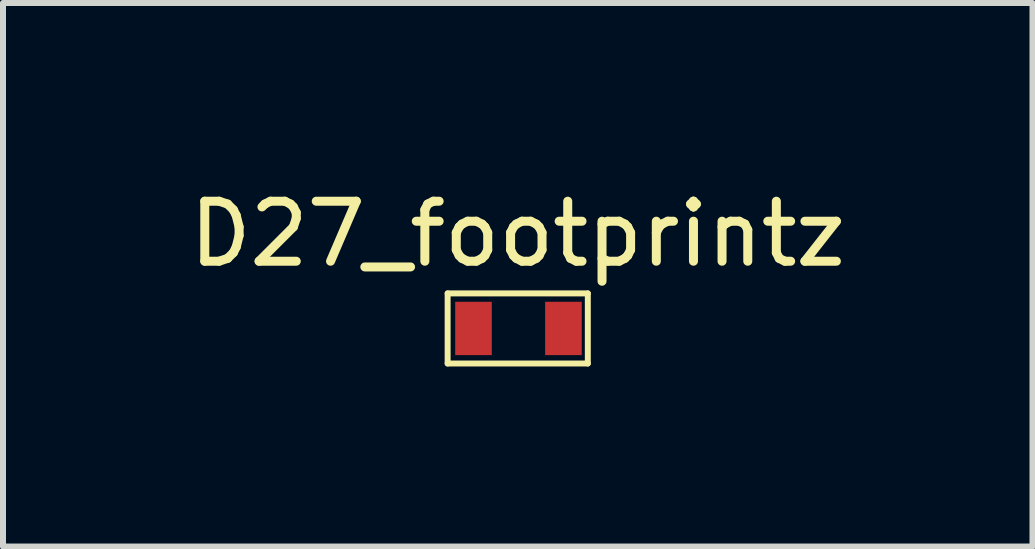
<source format=kicad_pcb>
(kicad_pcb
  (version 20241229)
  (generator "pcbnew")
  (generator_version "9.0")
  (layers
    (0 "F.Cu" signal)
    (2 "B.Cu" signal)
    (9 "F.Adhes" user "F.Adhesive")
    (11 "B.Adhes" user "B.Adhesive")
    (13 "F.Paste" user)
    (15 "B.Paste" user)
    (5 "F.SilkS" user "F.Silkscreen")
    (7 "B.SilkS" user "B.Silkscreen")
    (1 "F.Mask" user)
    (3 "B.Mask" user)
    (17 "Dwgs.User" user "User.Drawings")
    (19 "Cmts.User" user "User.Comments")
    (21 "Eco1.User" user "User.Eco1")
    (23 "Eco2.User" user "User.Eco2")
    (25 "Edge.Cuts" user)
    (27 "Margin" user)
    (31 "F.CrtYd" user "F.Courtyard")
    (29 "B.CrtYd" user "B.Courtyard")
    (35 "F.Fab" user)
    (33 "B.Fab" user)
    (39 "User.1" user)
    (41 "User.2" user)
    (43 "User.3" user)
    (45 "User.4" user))
  (footprint "D27_footprintz"
    (layer "F.Cu")
    (at 6.339 2.423)
    (property "Reference" "D27_footprintz" (at -0.762 -1.575 0) (layer "F.SilkS") (effects (font (size 1 1) (thickness 0.15))))
    (attr through_hole)
    (fp_line (start -1.93 -0.584) (end 0.406 -0.584) (stroke (width 0.099) (type solid)) (layer "F.SilkS"))
    (fp_line (start -1.93 0.584) (end -1.93 -0.584) (stroke (width 0.099) (type solid)) (layer "F.SilkS"))
    (fp_line (start 0.406 -0.584) (end 0.406 0.584) (stroke (width 0.099) (type solid)) (layer "F.SilkS"))
    (fp_line (start 0.406 0.584) (end -1.93 0.584) (stroke (width 0.099) (type solid)) (layer "F.SilkS"))
    (pad "1" smd rect (at 0 0) (size 0.61 0.889) (layers "F.Cu" "F.Mask" "F.Paste"))
    (pad "2" smd rect (at -1.499 0) (size 0.61 0.889) (layers "F.Cu" "F.Mask" "F.Paste")))
  (gr_rect
    (start -3 -3)
    (end 14.155 6.057)
    (stroke (width 0.1) (type default))
    (fill no)
    (layer "Edge.Cuts")))
</source>
